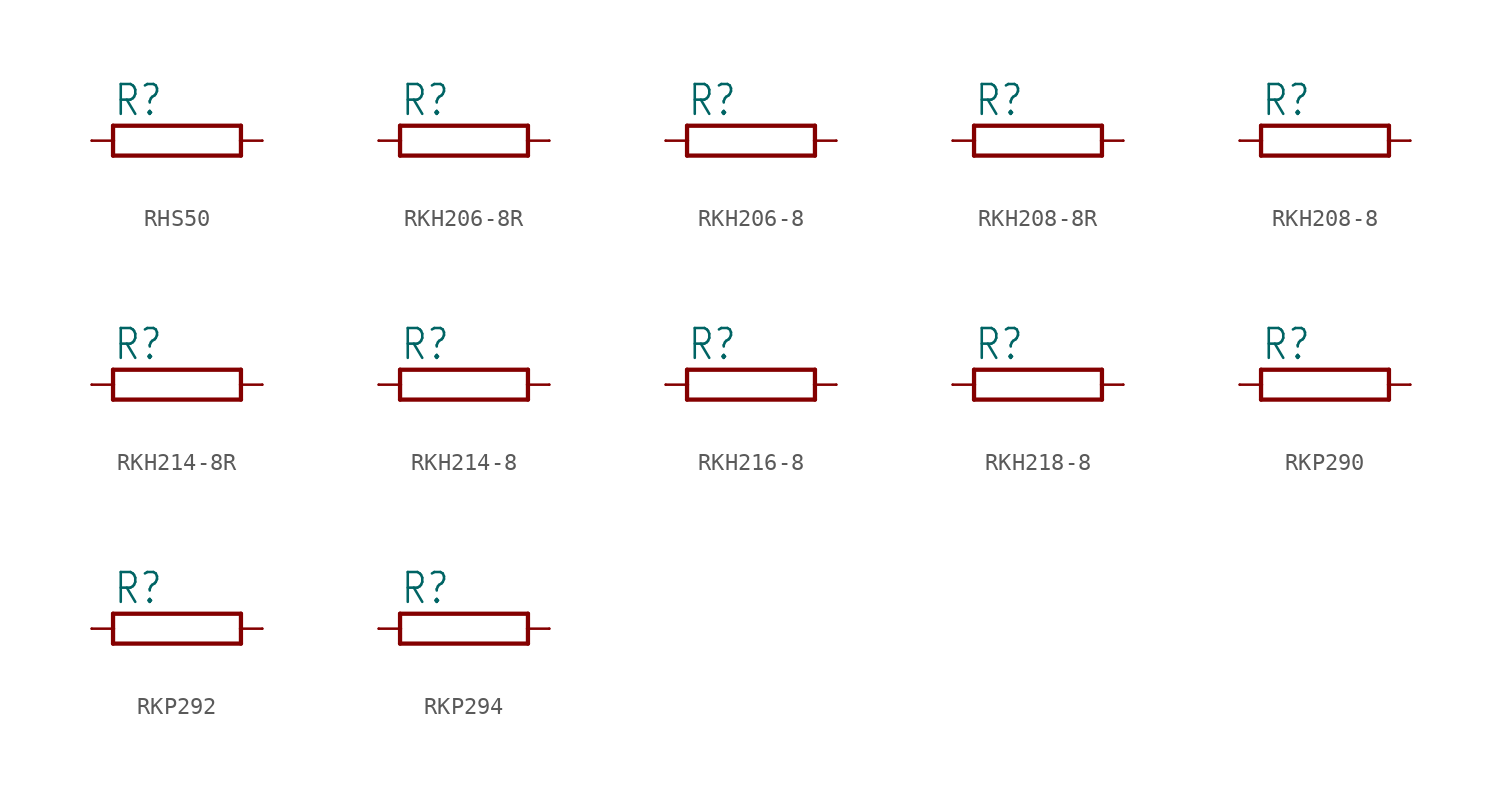
<source format=kicad_sym>
(kicad_symbol_lib
  (version 20220914)
  (generator kicad_symbol_editor)
  (symbol "RHS50"
    (property "Reference" "R"
      (at -3.81 1.372 0)
      (effects (font (size 1.778 1.511)) (justify left bottom)))
    (property "Value" ""
      (at -3.81 -2.921 0)
      (effects (font (size 1.778 1.511)) (justify left bottom)))
    (property "ki_locked" ""
      (at 0 0 0)
      (effects (font (size 1.27 1.27))))
    (symbol "RHS50_1_0"
      (polyline (pts (xy -5.08 0) (xy -3.81 0)) (stroke (width 0.152) (type solid)) (fill (type none)))
      (polyline (pts (xy -3.81 -0.889) (xy -3.81 0)) (stroke (width 0.254) (type solid)) (fill (type none)))
      (polyline (pts (xy -3.81 -0.889) (xy 3.81 -0.889)) (stroke (width 0.254) (type solid)) (fill (type none)))
      (polyline (pts (xy -3.81 0) (xy -3.81 0.889)) (stroke (width 0.254) (type solid)) (fill (type none)))
      (polyline (pts (xy 3.81 -0.889) (xy 3.81 0)) (stroke (width 0.254) (type solid)) (fill (type none)))
      (polyline (pts (xy 3.81 0) (xy 3.81 0.889)) (stroke (width 0.254) (type solid)) (fill (type none)))
      (polyline (pts (xy 3.81 0) (xy 5.08 0)) (stroke (width 0.152) (type solid)) (fill (type none)))
      (polyline (pts (xy 3.81 0.889) (xy -3.81 0.889)) (stroke (width 0.254) (type solid)) (fill (type none)))
      (pin passive line (at -5.08 0 0) (length 0) (name "1" (effects (font (size 0 0)))) (number "1" (effects (font (size 0 0)))))
      (pin passive line (at 5.08 0 180) (length 0) (name "2" (effects (font (size 0 0)))) (number "2" (effects (font (size 0 0)))))))
  (symbol "RKH206-8R"
    (property "Reference" "R"
      (at -3.81 1.372 0)
      (effects (font (size 1.778 1.511)) (justify left bottom)))
    (property "Value" ""
      (at -3.81 -2.921 0)
      (effects (font (size 1.778 1.511)) (justify left bottom)))
    (property "ki_locked" ""
      (at 0 0 0)
      (effects (font (size 1.27 1.27))))
    (symbol "RKH206-8R_1_0"
      (polyline (pts (xy -5.08 0) (xy -3.81 0)) (stroke (width 0.152) (type solid)) (fill (type none)))
      (polyline (pts (xy -3.81 -0.889) (xy -3.81 0)) (stroke (width 0.254) (type solid)) (fill (type none)))
      (polyline (pts (xy -3.81 -0.889) (xy 3.81 -0.889)) (stroke (width 0.254) (type solid)) (fill (type none)))
      (polyline (pts (xy -3.81 0) (xy -3.81 0.889)) (stroke (width 0.254) (type solid)) (fill (type none)))
      (polyline (pts (xy 3.81 -0.889) (xy 3.81 0)) (stroke (width 0.254) (type solid)) (fill (type none)))
      (polyline (pts (xy 3.81 0) (xy 3.81 0.889)) (stroke (width 0.254) (type solid)) (fill (type none)))
      (polyline (pts (xy 3.81 0) (xy 5.08 0)) (stroke (width 0.152) (type solid)) (fill (type none)))
      (polyline (pts (xy 3.81 0.889) (xy -3.81 0.889)) (stroke (width 0.254) (type solid)) (fill (type none)))
      (pin passive line (at -5.08 0 0) (length 0) (name "1" (effects (font (size 0 0)))) (number "1" (effects (font (size 0 0)))))
      (pin passive line (at 5.08 0 180) (length 0) (name "2" (effects (font (size 0 0)))) (number "2" (effects (font (size 0 0)))))))
  (symbol "RKH206-8"
    (property "Reference" "R"
      (at -3.81 1.372 0)
      (effects (font (size 1.778 1.511)) (justify left bottom)))
    (property "Value" ""
      (at -3.81 -2.921 0)
      (effects (font (size 1.778 1.511)) (justify left bottom)))
    (property "ki_locked" ""
      (at 0 0 0)
      (effects (font (size 1.27 1.27))))
    (symbol "RKH206-8_1_0"
      (polyline (pts (xy -5.08 0) (xy -3.81 0)) (stroke (width 0.152) (type solid)) (fill (type none)))
      (polyline (pts (xy -3.81 -0.889) (xy -3.81 0)) (stroke (width 0.254) (type solid)) (fill (type none)))
      (polyline (pts (xy -3.81 -0.889) (xy 3.81 -0.889)) (stroke (width 0.254) (type solid)) (fill (type none)))
      (polyline (pts (xy -3.81 0) (xy -3.81 0.889)) (stroke (width 0.254) (type solid)) (fill (type none)))
      (polyline (pts (xy 3.81 -0.889) (xy 3.81 0)) (stroke (width 0.254) (type solid)) (fill (type none)))
      (polyline (pts (xy 3.81 0) (xy 3.81 0.889)) (stroke (width 0.254) (type solid)) (fill (type none)))
      (polyline (pts (xy 3.81 0) (xy 5.08 0)) (stroke (width 0.152) (type solid)) (fill (type none)))
      (polyline (pts (xy 3.81 0.889) (xy -3.81 0.889)) (stroke (width 0.254) (type solid)) (fill (type none)))
      (pin passive line (at -5.08 0 0) (length 0) (name "1" (effects (font (size 0 0)))) (number "1" (effects (font (size 0 0)))))
      (pin passive line (at 5.08 0 180) (length 0) (name "2" (effects (font (size 0 0)))) (number "2" (effects (font (size 0 0)))))))
  (symbol "RKH208-8R"
    (property "Reference" "R"
      (at -3.81 1.372 0)
      (effects (font (size 1.778 1.511)) (justify left bottom)))
    (property "Value" ""
      (at -3.81 -2.921 0)
      (effects (font (size 1.778 1.511)) (justify left bottom)))
    (property "ki_locked" ""
      (at 0 0 0)
      (effects (font (size 1.27 1.27))))
    (symbol "RKH208-8R_1_0"
      (polyline (pts (xy -5.08 0) (xy -3.81 0)) (stroke (width 0.152) (type solid)) (fill (type none)))
      (polyline (pts (xy -3.81 -0.889) (xy -3.81 0)) (stroke (width 0.254) (type solid)) (fill (type none)))
      (polyline (pts (xy -3.81 -0.889) (xy 3.81 -0.889)) (stroke (width 0.254) (type solid)) (fill (type none)))
      (polyline (pts (xy -3.81 0) (xy -3.81 0.889)) (stroke (width 0.254) (type solid)) (fill (type none)))
      (polyline (pts (xy 3.81 -0.889) (xy 3.81 0)) (stroke (width 0.254) (type solid)) (fill (type none)))
      (polyline (pts (xy 3.81 0) (xy 3.81 0.889)) (stroke (width 0.254) (type solid)) (fill (type none)))
      (polyline (pts (xy 3.81 0) (xy 5.08 0)) (stroke (width 0.152) (type solid)) (fill (type none)))
      (polyline (pts (xy 3.81 0.889) (xy -3.81 0.889)) (stroke (width 0.254) (type solid)) (fill (type none)))
      (pin passive line (at -5.08 0 0) (length 0) (name "1" (effects (font (size 0 0)))) (number "1" (effects (font (size 0 0)))))
      (pin passive line (at 5.08 0 180) (length 0) (name "2" (effects (font (size 0 0)))) (number "2" (effects (font (size 0 0)))))))
  (symbol "RKH208-8"
    (property "Reference" "R"
      (at -3.81 1.372 0)
      (effects (font (size 1.778 1.511)) (justify left bottom)))
    (property "Value" ""
      (at -3.81 -2.921 0)
      (effects (font (size 1.778 1.511)) (justify left bottom)))
    (property "ki_locked" ""
      (at 0 0 0)
      (effects (font (size 1.27 1.27))))
    (symbol "RKH208-8_1_0"
      (polyline (pts (xy -5.08 0) (xy -3.81 0)) (stroke (width 0.152) (type solid)) (fill (type none)))
      (polyline (pts (xy -3.81 -0.889) (xy -3.81 0)) (stroke (width 0.254) (type solid)) (fill (type none)))
      (polyline (pts (xy -3.81 -0.889) (xy 3.81 -0.889)) (stroke (width 0.254) (type solid)) (fill (type none)))
      (polyline (pts (xy -3.81 0) (xy -3.81 0.889)) (stroke (width 0.254) (type solid)) (fill (type none)))
      (polyline (pts (xy 3.81 -0.889) (xy 3.81 0)) (stroke (width 0.254) (type solid)) (fill (type none)))
      (polyline (pts (xy 3.81 0) (xy 3.81 0.889)) (stroke (width 0.254) (type solid)) (fill (type none)))
      (polyline (pts (xy 3.81 0) (xy 5.08 0)) (stroke (width 0.152) (type solid)) (fill (type none)))
      (polyline (pts (xy 3.81 0.889) (xy -3.81 0.889)) (stroke (width 0.254) (type solid)) (fill (type none)))
      (pin passive line (at -5.08 0 0) (length 0) (name "1" (effects (font (size 0 0)))) (number "1" (effects (font (size 0 0)))))
      (pin passive line (at 5.08 0 180) (length 0) (name "2" (effects (font (size 0 0)))) (number "2" (effects (font (size 0 0)))))))
  (symbol "RKH214-8R"
    (property "Reference" "R"
      (at -3.81 1.372 0)
      (effects (font (size 1.778 1.511)) (justify left bottom)))
    (property "Value" ""
      (at -3.81 -2.921 0)
      (effects (font (size 1.778 1.511)) (justify left bottom)))
    (property "ki_locked" ""
      (at 0 0 0)
      (effects (font (size 1.27 1.27))))
    (symbol "RKH214-8R_1_0"
      (polyline (pts (xy -5.08 0) (xy -3.81 0)) (stroke (width 0.152) (type solid)) (fill (type none)))
      (polyline (pts (xy -3.81 -0.889) (xy -3.81 0)) (stroke (width 0.254) (type solid)) (fill (type none)))
      (polyline (pts (xy -3.81 -0.889) (xy 3.81 -0.889)) (stroke (width 0.254) (type solid)) (fill (type none)))
      (polyline (pts (xy -3.81 0) (xy -3.81 0.889)) (stroke (width 0.254) (type solid)) (fill (type none)))
      (polyline (pts (xy 3.81 -0.889) (xy 3.81 0)) (stroke (width 0.254) (type solid)) (fill (type none)))
      (polyline (pts (xy 3.81 0) (xy 3.81 0.889)) (stroke (width 0.254) (type solid)) (fill (type none)))
      (polyline (pts (xy 3.81 0) (xy 5.08 0)) (stroke (width 0.152) (type solid)) (fill (type none)))
      (polyline (pts (xy 3.81 0.889) (xy -3.81 0.889)) (stroke (width 0.254) (type solid)) (fill (type none)))
      (pin passive line (at -5.08 0 0) (length 0) (name "1" (effects (font (size 0 0)))) (number "1" (effects (font (size 0 0)))))
      (pin passive line (at 5.08 0 180) (length 0) (name "2" (effects (font (size 0 0)))) (number "2" (effects (font (size 0 0)))))))
  (symbol "RKH214-8"
    (property "Reference" "R"
      (at -3.81 1.372 0)
      (effects (font (size 1.778 1.511)) (justify left bottom)))
    (property "Value" ""
      (at -3.81 -2.921 0)
      (effects (font (size 1.778 1.511)) (justify left bottom)))
    (property "ki_locked" ""
      (at 0 0 0)
      (effects (font (size 1.27 1.27))))
    (symbol "RKH214-8_1_0"
      (polyline (pts (xy -5.08 0) (xy -3.81 0)) (stroke (width 0.152) (type solid)) (fill (type none)))
      (polyline (pts (xy -3.81 -0.889) (xy -3.81 0)) (stroke (width 0.254) (type solid)) (fill (type none)))
      (polyline (pts (xy -3.81 -0.889) (xy 3.81 -0.889)) (stroke (width 0.254) (type solid)) (fill (type none)))
      (polyline (pts (xy -3.81 0) (xy -3.81 0.889)) (stroke (width 0.254) (type solid)) (fill (type none)))
      (polyline (pts (xy 3.81 -0.889) (xy 3.81 0)) (stroke (width 0.254) (type solid)) (fill (type none)))
      (polyline (pts (xy 3.81 0) (xy 3.81 0.889)) (stroke (width 0.254) (type solid)) (fill (type none)))
      (polyline (pts (xy 3.81 0) (xy 5.08 0)) (stroke (width 0.152) (type solid)) (fill (type none)))
      (polyline (pts (xy 3.81 0.889) (xy -3.81 0.889)) (stroke (width 0.254) (type solid)) (fill (type none)))
      (pin passive line (at -5.08 0 0) (length 0) (name "1" (effects (font (size 0 0)))) (number "1" (effects (font (size 0 0)))))
      (pin passive line (at 5.08 0 180) (length 0) (name "2" (effects (font (size 0 0)))) (number "2" (effects (font (size 0 0)))))))
  (symbol "RKH216-8"
    (property "Reference" "R"
      (at -3.81 1.372 0)
      (effects (font (size 1.778 1.511)) (justify left bottom)))
    (property "Value" ""
      (at -3.81 -2.921 0)
      (effects (font (size 1.778 1.511)) (justify left bottom)))
    (property "ki_locked" ""
      (at 0 0 0)
      (effects (font (size 1.27 1.27))))
    (symbol "RKH216-8_1_0"
      (polyline (pts (xy -5.08 0) (xy -3.81 0)) (stroke (width 0.152) (type solid)) (fill (type none)))
      (polyline (pts (xy -3.81 -0.889) (xy -3.81 0)) (stroke (width 0.254) (type solid)) (fill (type none)))
      (polyline (pts (xy -3.81 -0.889) (xy 3.81 -0.889)) (stroke (width 0.254) (type solid)) (fill (type none)))
      (polyline (pts (xy -3.81 0) (xy -3.81 0.889)) (stroke (width 0.254) (type solid)) (fill (type none)))
      (polyline (pts (xy 3.81 -0.889) (xy 3.81 0)) (stroke (width 0.254) (type solid)) (fill (type none)))
      (polyline (pts (xy 3.81 0) (xy 3.81 0.889)) (stroke (width 0.254) (type solid)) (fill (type none)))
      (polyline (pts (xy 3.81 0) (xy 5.08 0)) (stroke (width 0.152) (type solid)) (fill (type none)))
      (polyline (pts (xy 3.81 0.889) (xy -3.81 0.889)) (stroke (width 0.254) (type solid)) (fill (type none)))
      (pin passive line (at -5.08 0 0) (length 0) (name "1" (effects (font (size 0 0)))) (number "1" (effects (font (size 0 0)))))
      (pin passive line (at 5.08 0 180) (length 0) (name "2" (effects (font (size 0 0)))) (number "2" (effects (font (size 0 0)))))))
  (symbol "RKH218-8"
    (property "Reference" "R"
      (at -3.81 1.372 0)
      (effects (font (size 1.778 1.511)) (justify left bottom)))
    (property "Value" ""
      (at -3.81 -2.921 0)
      (effects (font (size 1.778 1.511)) (justify left bottom)))
    (property "ki_locked" ""
      (at 0 0 0)
      (effects (font (size 1.27 1.27))))
    (symbol "RKH218-8_1_0"
      (polyline (pts (xy -5.08 0) (xy -3.81 0)) (stroke (width 0.152) (type solid)) (fill (type none)))
      (polyline (pts (xy -3.81 -0.889) (xy -3.81 0)) (stroke (width 0.254) (type solid)) (fill (type none)))
      (polyline (pts (xy -3.81 -0.889) (xy 3.81 -0.889)) (stroke (width 0.254) (type solid)) (fill (type none)))
      (polyline (pts (xy -3.81 0) (xy -3.81 0.889)) (stroke (width 0.254) (type solid)) (fill (type none)))
      (polyline (pts (xy 3.81 -0.889) (xy 3.81 0)) (stroke (width 0.254) (type solid)) (fill (type none)))
      (polyline (pts (xy 3.81 0) (xy 3.81 0.889)) (stroke (width 0.254) (type solid)) (fill (type none)))
      (polyline (pts (xy 3.81 0) (xy 5.08 0)) (stroke (width 0.152) (type solid)) (fill (type none)))
      (polyline (pts (xy 3.81 0.889) (xy -3.81 0.889)) (stroke (width 0.254) (type solid)) (fill (type none)))
      (pin passive line (at -5.08 0 0) (length 0) (name "1" (effects (font (size 0 0)))) (number "1" (effects (font (size 0 0)))))
      (pin passive line (at 5.08 0 180) (length 0) (name "2" (effects (font (size 0 0)))) (number "2" (effects (font (size 0 0)))))))
  (symbol "RKP290"
    (property "Reference" "R"
      (at -3.81 1.372 0)
      (effects (font (size 1.778 1.511)) (justify left bottom)))
    (property "Value" ""
      (at -3.81 -2.921 0)
      (effects (font (size 1.778 1.511)) (justify left bottom)))
    (property "ki_locked" ""
      (at 0 0 0)
      (effects (font (size 1.27 1.27))))
    (symbol "RKP290_1_0"
      (polyline (pts (xy -5.08 0) (xy -3.81 0)) (stroke (width 0.152) (type solid)) (fill (type none)))
      (polyline (pts (xy -3.81 -0.889) (xy -3.81 0)) (stroke (width 0.254) (type solid)) (fill (type none)))
      (polyline (pts (xy -3.81 -0.889) (xy 3.81 -0.889)) (stroke (width 0.254) (type solid)) (fill (type none)))
      (polyline (pts (xy -3.81 0) (xy -3.81 0.889)) (stroke (width 0.254) (type solid)) (fill (type none)))
      (polyline (pts (xy 3.81 -0.889) (xy 3.81 0)) (stroke (width 0.254) (type solid)) (fill (type none)))
      (polyline (pts (xy 3.81 0) (xy 3.81 0.889)) (stroke (width 0.254) (type solid)) (fill (type none)))
      (polyline (pts (xy 3.81 0) (xy 5.08 0)) (stroke (width 0.152) (type solid)) (fill (type none)))
      (polyline (pts (xy 3.81 0.889) (xy -3.81 0.889)) (stroke (width 0.254) (type solid)) (fill (type none)))
      (pin passive line (at -5.08 0 0) (length 0) (name "1" (effects (font (size 0 0)))) (number "1" (effects (font (size 0 0)))))
      (pin passive line (at 5.08 0 180) (length 0) (name "2" (effects (font (size 0 0)))) (number "2" (effects (font (size 0 0)))))))
  (symbol "RKP292"
    (property "Reference" "R"
      (at -3.81 1.372 0)
      (effects (font (size 1.778 1.511)) (justify left bottom)))
    (property "Value" ""
      (at -3.81 -2.921 0)
      (effects (font (size 1.778 1.511)) (justify left bottom)))
    (property "ki_locked" ""
      (at 0 0 0)
      (effects (font (size 1.27 1.27))))
    (symbol "RKP292_1_0"
      (polyline (pts (xy -5.08 0) (xy -3.81 0)) (stroke (width 0.152) (type solid)) (fill (type none)))
      (polyline (pts (xy -3.81 -0.889) (xy -3.81 0)) (stroke (width 0.254) (type solid)) (fill (type none)))
      (polyline (pts (xy -3.81 -0.889) (xy 3.81 -0.889)) (stroke (width 0.254) (type solid)) (fill (type none)))
      (polyline (pts (xy -3.81 0) (xy -3.81 0.889)) (stroke (width 0.254) (type solid)) (fill (type none)))
      (polyline (pts (xy 3.81 -0.889) (xy 3.81 0)) (stroke (width 0.254) (type solid)) (fill (type none)))
      (polyline (pts (xy 3.81 0) (xy 3.81 0.889)) (stroke (width 0.254) (type solid)) (fill (type none)))
      (polyline (pts (xy 3.81 0) (xy 5.08 0)) (stroke (width 0.152) (type solid)) (fill (type none)))
      (polyline (pts (xy 3.81 0.889) (xy -3.81 0.889)) (stroke (width 0.254) (type solid)) (fill (type none)))
      (pin passive line (at -5.08 0 0) (length 0) (name "1" (effects (font (size 0 0)))) (number "1" (effects (font (size 0 0)))))
      (pin passive line (at 5.08 0 180) (length 0) (name "2" (effects (font (size 0 0)))) (number "2" (effects (font (size 0 0)))))))
  (symbol "RKP294"
    (property "Reference" "R"
      (at -3.81 1.372 0)
      (effects (font (size 1.778 1.511)) (justify left bottom)))
    (property "Value" ""
      (at -3.81 -2.921 0)
      (effects (font (size 1.778 1.511)) (justify left bottom)))
    (property "ki_locked" ""
      (at 0 0 0)
      (effects (font (size 1.27 1.27))))
    (symbol "RKP294_1_0"
      (polyline (pts (xy -5.08 0) (xy -3.81 0)) (stroke (width 0.152) (type solid)) (fill (type none)))
      (polyline (pts (xy -3.81 -0.889) (xy -3.81 0)) (stroke (width 0.254) (type solid)) (fill (type none)))
      (polyline (pts (xy -3.81 -0.889) (xy 3.81 -0.889)) (stroke (width 0.254) (type solid)) (fill (type none)))
      (polyline (pts (xy -3.81 0) (xy -3.81 0.889)) (stroke (width 0.254) (type solid)) (fill (type none)))
      (polyline (pts (xy 3.81 -0.889) (xy 3.81 0)) (stroke (width 0.254) (type solid)) (fill (type none)))
      (polyline (pts (xy 3.81 0) (xy 3.81 0.889)) (stroke (width 0.254) (type solid)) (fill (type none)))
      (polyline (pts (xy 3.81 0) (xy 5.08 0)) (stroke (width 0.152) (type solid)) (fill (type none)))
      (polyline (pts (xy 3.81 0.889) (xy -3.81 0.889)) (stroke (width 0.254) (type solid)) (fill (type none)))
      (pin passive line (at -5.08 0 0) (length 0) (name "1" (effects (font (size 0 0)))) (number "1" (effects (font (size 0 0)))))
      (pin passive line (at 5.08 0 180) (length 0) (name "2" (effects (font (size 0 0)))) (number "2" (effects (font (size 0 0))))))))
</source>
